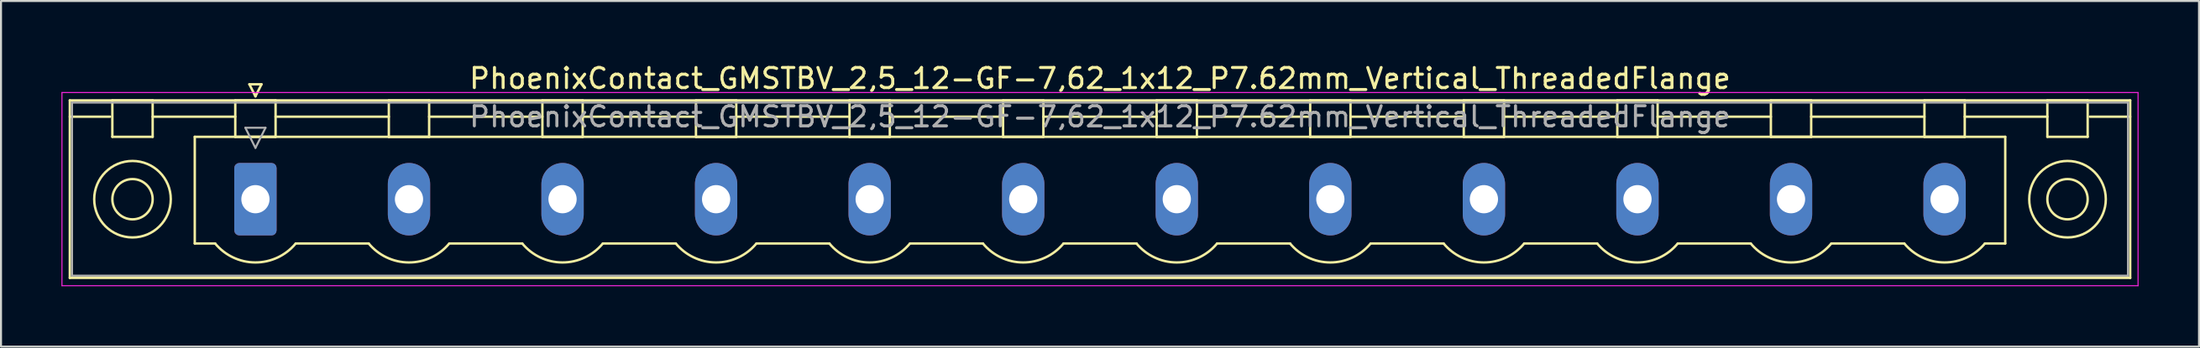
<source format=kicad_pcb>
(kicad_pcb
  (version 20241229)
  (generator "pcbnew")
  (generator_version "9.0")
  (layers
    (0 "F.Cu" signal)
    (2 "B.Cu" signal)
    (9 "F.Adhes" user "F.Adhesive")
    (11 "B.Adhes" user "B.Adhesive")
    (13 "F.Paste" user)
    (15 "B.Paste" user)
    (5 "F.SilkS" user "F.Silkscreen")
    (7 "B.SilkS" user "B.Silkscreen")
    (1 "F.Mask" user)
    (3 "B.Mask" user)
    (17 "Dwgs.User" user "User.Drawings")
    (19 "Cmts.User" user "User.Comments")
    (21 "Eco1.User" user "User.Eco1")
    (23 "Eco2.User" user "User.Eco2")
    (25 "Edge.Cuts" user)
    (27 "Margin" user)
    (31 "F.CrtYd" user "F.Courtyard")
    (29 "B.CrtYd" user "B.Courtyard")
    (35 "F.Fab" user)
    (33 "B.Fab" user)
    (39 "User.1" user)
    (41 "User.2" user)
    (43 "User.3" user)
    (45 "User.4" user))
  (footprint "PhoenixContact_GMSTBV_2,5_12-GF-7,62_1x12_P7.62mm_Vertical_ThreadedFlange"
    (layer "F.Cu")
    (at 9.625 6.848)
    (property "Reference" "PhoenixContact_GMSTBV_2,5_12-GF-7,62_1x12_P7.62mm_Vertical_ThreadedFlange" (at 41.91 -6 0) (layer "F.SilkS") (effects (font (size 1 1) (thickness 0.15))))
    (attr through_hole)
    (fp_line (start -9.21 -4.91) (end -9.21 3.91) (stroke (width 0.12) (type solid)) (layer "F.SilkS"))
    (fp_line (start -9.21 -4.1) (end -7.21 -4.1) (stroke (width 0.12) (type solid)) (layer "F.SilkS"))
    (fp_line (start -9.21 3.91) (end 93.03 3.91) (stroke (width 0.12) (type solid)) (layer "F.SilkS"))
    (fp_line (start -7.1 -4.91) (end -5.1 -4.91) (stroke (width 0.12) (type solid)) (layer "F.SilkS"))
    (fp_line (start -7.1 -3.1) (end -7.1 -4.91) (stroke (width 0.12) (type solid)) (layer "F.SilkS"))
    (fp_line (start -5.1 -4.91) (end -5.1 -3.1) (stroke (width 0.12) (type solid)) (layer "F.SilkS"))
    (fp_line (start -5.1 -4.1) (end -1 -4.1) (stroke (width 0.12) (type solid)) (layer "F.SilkS"))
    (fp_line (start -5.1 -3.1) (end -7.1 -3.1) (stroke (width 0.12) (type solid)) (layer "F.SilkS"))
    (fp_line (start -3.01 -3.1) (end 86.83 -3.1) (stroke (width 0.12) (type solid)) (layer "F.SilkS"))
    (fp_line (start -3.01 2.2) (end -3.01 -3.1) (stroke (width 0.12) (type solid)) (layer "F.SilkS"))
    (fp_line (start -2 2.2) (end -3.01 2.2) (stroke (width 0.12) (type solid)) (layer "F.SilkS"))
    (fp_line (start -1 -4.91) (end 1 -4.91) (stroke (width 0.12) (type solid)) (layer "F.SilkS"))
    (fp_line (start -1 -3.1) (end -1 -4.91) (stroke (width 0.12) (type solid)) (layer "F.SilkS"))
    (fp_line (start -0.3 -5.71) (end 0.3 -5.71) (stroke (width 0.12) (type solid)) (layer "F.SilkS"))
    (fp_line (start 0 -5.11) (end -0.3 -5.71) (stroke (width 0.12) (type solid)) (layer "F.SilkS"))
    (fp_line (start 0.3 -5.71) (end 0 -5.11) (stroke (width 0.12) (type solid)) (layer "F.SilkS"))
    (fp_line (start 1 -4.91) (end 1 -3.1) (stroke (width 0.12) (type solid)) (layer "F.SilkS"))
    (fp_line (start 1 -4.1) (end 6.62 -4.1) (stroke (width 0.12) (type solid)) (layer "F.SilkS"))
    (fp_line (start 1 -3.1) (end -1 -3.1) (stroke (width 0.12) (type solid)) (layer "F.SilkS"))
    (fp_line (start 2 2.2) (end 5.62 2.2) (stroke (width 0.12) (type solid)) (layer "F.SilkS"))
    (fp_line (start 6.62 -4.91) (end 8.62 -4.91) (stroke (width 0.12) (type solid)) (layer "F.SilkS"))
    (fp_line (start 6.62 -3.1) (end 6.62 -4.91) (stroke (width 0.12) (type solid)) (layer "F.SilkS"))
    (fp_line (start 8.62 -4.91) (end 8.62 -3.1) (stroke (width 0.12) (type solid)) (layer "F.SilkS"))
    (fp_line (start 8.62 -4.1) (end 14.24 -4.1) (stroke (width 0.12) (type solid)) (layer "F.SilkS"))
    (fp_line (start 8.62 -3.1) (end 6.62 -3.1) (stroke (width 0.12) (type solid)) (layer "F.SilkS"))
    (fp_line (start 9.62 2.2) (end 13.24 2.2) (stroke (width 0.12) (type solid)) (layer "F.SilkS"))
    (fp_line (start 14.24 -4.91) (end 16.24 -4.91) (stroke (width 0.12) (type solid)) (layer "F.SilkS"))
    (fp_line (start 14.24 -3.1) (end 14.24 -4.91) (stroke (width 0.12) (type solid)) (layer "F.SilkS"))
    (fp_line (start 16.24 -4.91) (end 16.24 -3.1) (stroke (width 0.12) (type solid)) (layer "F.SilkS"))
    (fp_line (start 16.24 -4.1) (end 21.86 -4.1) (stroke (width 0.12) (type solid)) (layer "F.SilkS"))
    (fp_line (start 16.24 -3.1) (end 14.24 -3.1) (stroke (width 0.12) (type solid)) (layer "F.SilkS"))
    (fp_line (start 17.24 2.2) (end 20.86 2.2) (stroke (width 0.12) (type solid)) (layer "F.SilkS"))
    (fp_line (start 21.86 -4.91) (end 23.86 -4.91) (stroke (width 0.12) (type solid)) (layer "F.SilkS"))
    (fp_line (start 21.86 -3.1) (end 21.86 -4.91) (stroke (width 0.12) (type solid)) (layer "F.SilkS"))
    (fp_line (start 23.86 -4.91) (end 23.86 -3.1) (stroke (width 0.12) (type solid)) (layer "F.SilkS"))
    (fp_line (start 23.86 -4.1) (end 29.48 -4.1) (stroke (width 0.12) (type solid)) (layer "F.SilkS"))
    (fp_line (start 23.86 -3.1) (end 21.86 -3.1) (stroke (width 0.12) (type solid)) (layer "F.SilkS"))
    (fp_line (start 24.86 2.2) (end 28.48 2.2) (stroke (width 0.12) (type solid)) (layer "F.SilkS"))
    (fp_line (start 29.48 -4.91) (end 31.48 -4.91) (stroke (width 0.12) (type solid)) (layer "F.SilkS"))
    (fp_line (start 29.48 -3.1) (end 29.48 -4.91) (stroke (width 0.12) (type solid)) (layer "F.SilkS"))
    (fp_line (start 31.48 -4.91) (end 31.48 -3.1) (stroke (width 0.12) (type solid)) (layer "F.SilkS"))
    (fp_line (start 31.48 -4.1) (end 37.1 -4.1) (stroke (width 0.12) (type solid)) (layer "F.SilkS"))
    (fp_line (start 31.48 -3.1) (end 29.48 -3.1) (stroke (width 0.12) (type solid)) (layer "F.SilkS"))
    (fp_line (start 32.48 2.2) (end 36.1 2.2) (stroke (width 0.12) (type solid)) (layer "F.SilkS"))
    (fp_line (start 37.1 -4.91) (end 39.1 -4.91) (stroke (width 0.12) (type solid)) (layer "F.SilkS"))
    (fp_line (start 37.1 -3.1) (end 37.1 -4.91) (stroke (width 0.12) (type solid)) (layer "F.SilkS"))
    (fp_line (start 39.1 -4.91) (end 39.1 -3.1) (stroke (width 0.12) (type solid)) (layer "F.SilkS"))
    (fp_line (start 39.1 -4.1) (end 44.72 -4.1) (stroke (width 0.12) (type solid)) (layer "F.SilkS"))
    (fp_line (start 39.1 -3.1) (end 37.1 -3.1) (stroke (width 0.12) (type solid)) (layer "F.SilkS"))
    (fp_line (start 40.1 2.2) (end 43.72 2.2) (stroke (width 0.12) (type solid)) (layer "F.SilkS"))
    (fp_line (start 44.72 -4.91) (end 46.72 -4.91) (stroke (width 0.12) (type solid)) (layer "F.SilkS"))
    (fp_line (start 44.72 -3.1) (end 44.72 -4.91) (stroke (width 0.12) (type solid)) (layer "F.SilkS"))
    (fp_line (start 46.72 -4.91) (end 46.72 -3.1) (stroke (width 0.12) (type solid)) (layer "F.SilkS"))
    (fp_line (start 46.72 -4.1) (end 52.34 -4.1) (stroke (width 0.12) (type solid)) (layer "F.SilkS"))
    (fp_line (start 46.72 -3.1) (end 44.72 -3.1) (stroke (width 0.12) (type solid)) (layer "F.SilkS"))
    (fp_line (start 47.72 2.2) (end 51.34 2.2) (stroke (width 0.12) (type solid)) (layer "F.SilkS"))
    (fp_line (start 52.34 -4.91) (end 54.34 -4.91) (stroke (width 0.12) (type solid)) (layer "F.SilkS"))
    (fp_line (start 52.34 -3.1) (end 52.34 -4.91) (stroke (width 0.12) (type solid)) (layer "F.SilkS"))
    (fp_line (start 54.34 -4.91) (end 54.34 -3.1) (stroke (width 0.12) (type solid)) (layer "F.SilkS"))
    (fp_line (start 54.34 -4.1) (end 59.96 -4.1) (stroke (width 0.12) (type solid)) (layer "F.SilkS"))
    (fp_line (start 54.34 -3.1) (end 52.34 -3.1) (stroke (width 0.12) (type solid)) (layer "F.SilkS"))
    (fp_line (start 55.34 2.2) (end 58.96 2.2) (stroke (width 0.12) (type solid)) (layer "F.SilkS"))
    (fp_line (start 59.96 -4.91) (end 61.96 -4.91) (stroke (width 0.12) (type solid)) (layer "F.SilkS"))
    (fp_line (start 59.96 -3.1) (end 59.96 -4.91) (stroke (width 0.12) (type solid)) (layer "F.SilkS"))
    (fp_line (start 61.96 -4.91) (end 61.96 -3.1) (stroke (width 0.12) (type solid)) (layer "F.SilkS"))
    (fp_line (start 61.96 -4.1) (end 67.58 -4.1) (stroke (width 0.12) (type solid)) (layer "F.SilkS"))
    (fp_line (start 61.96 -3.1) (end 59.96 -3.1) (stroke (width 0.12) (type solid)) (layer "F.SilkS"))
    (fp_line (start 62.96 2.2) (end 66.58 2.2) (stroke (width 0.12) (type solid)) (layer "F.SilkS"))
    (fp_line (start 67.58 -4.91) (end 69.58 -4.91) (stroke (width 0.12) (type solid)) (layer "F.SilkS"))
    (fp_line (start 67.58 -3.1) (end 67.58 -4.91) (stroke (width 0.12) (type solid)) (layer "F.SilkS"))
    (fp_line (start 69.58 -4.91) (end 69.58 -3.1) (stroke (width 0.12) (type solid)) (layer "F.SilkS"))
    (fp_line (start 69.58 -4.1) (end 75.2 -4.1) (stroke (width 0.12) (type solid)) (layer "F.SilkS"))
    (fp_line (start 69.58 -3.1) (end 67.58 -3.1) (stroke (width 0.12) (type solid)) (layer "F.SilkS"))
    (fp_line (start 70.58 2.2) (end 74.2 2.2) (stroke (width 0.12) (type solid)) (layer "F.SilkS"))
    (fp_line (start 75.2 -4.91) (end 77.2 -4.91) (stroke (width 0.12) (type solid)) (layer "F.SilkS"))
    (fp_line (start 75.2 -3.1) (end 75.2 -4.91) (stroke (width 0.12) (type solid)) (layer "F.SilkS"))
    (fp_line (start 77.2 -4.91) (end 77.2 -3.1) (stroke (width 0.12) (type solid)) (layer "F.SilkS"))
    (fp_line (start 77.2 -4.1) (end 82.82 -4.1) (stroke (width 0.12) (type solid)) (layer "F.SilkS"))
    (fp_line (start 77.2 -3.1) (end 75.2 -3.1) (stroke (width 0.12) (type solid)) (layer "F.SilkS"))
    (fp_line (start 78.2 2.2) (end 81.82 2.2) (stroke (width 0.12) (type solid)) (layer "F.SilkS"))
    (fp_line (start 82.82 -4.91) (end 84.82 -4.91) (stroke (width 0.12) (type solid)) (layer "F.SilkS"))
    (fp_line (start 82.82 -3.1) (end 82.82 -4.91) (stroke (width 0.12) (type solid)) (layer "F.SilkS"))
    (fp_line (start 84.82 -4.91) (end 84.82 -3.1) (stroke (width 0.12) (type solid)) (layer "F.SilkS"))
    (fp_line (start 84.82 -4.1) (end 88.92 -4.1) (stroke (width 0.12) (type solid)) (layer "F.SilkS"))
    (fp_line (start 84.82 -3.1) (end 82.82 -3.1) (stroke (width 0.12) (type solid)) (layer "F.SilkS"))
    (fp_line (start 86.83 -3.1) (end 86.83 2.2) (stroke (width 0.12) (type solid)) (layer "F.SilkS"))
    (fp_line (start 86.83 2.2) (end 85.82 2.2) (stroke (width 0.12) (type solid)) (layer "F.SilkS"))
    (fp_line (start 88.92 -4.91) (end 90.92 -4.91) (stroke (width 0.12) (type solid)) (layer "F.SilkS"))
    (fp_line (start 88.92 -3.1) (end 88.92 -4.91) (stroke (width 0.12) (type solid)) (layer "F.SilkS"))
    (fp_line (start 90.92 -4.91) (end 90.92 -3.1) (stroke (width 0.12) (type solid)) (layer "F.SilkS"))
    (fp_line (start 90.92 -3.1) (end 88.92 -3.1) (stroke (width 0.12) (type solid)) (layer "F.SilkS"))
    (fp_line (start 93.03 -4.91) (end -9.21 -4.91) (stroke (width 0.12) (type solid)) (layer "F.SilkS"))
    (fp_line (start 93.03 -4.1) (end 91.03 -4.1) (stroke (width 0.12) (type solid)) (layer "F.SilkS"))
    (fp_line (start 93.03 3.91) (end 93.03 -4.91) (stroke (width 0.12) (type solid)) (layer "F.SilkS"))
    (fp_arc (start 1.986842 2.215821) (mid -0.010289 3.142758) (end -2 2.2) (stroke (width 0.12) (type solid)) (layer "F.SilkS"))
    (fp_arc (start 9.606842 2.215821) (mid 7.609711 3.142758) (end 5.62 2.2) (stroke (width 0.12) (type solid)) (layer "F.SilkS"))
    (fp_arc (start 17.226842 2.215821) (mid 15.229711 3.142758) (end 13.24 2.2) (stroke (width 0.12) (type solid)) (layer "F.SilkS"))
    (fp_arc (start 24.846842 2.215821) (mid 22.849711 3.142758) (end 20.86 2.2) (stroke (width 0.12) (type solid)) (layer "F.SilkS"))
    (fp_arc (start 32.466842 2.215821) (mid 30.469711 3.142758) (end 28.48 2.2) (stroke (width 0.12) (type solid)) (layer "F.SilkS"))
    (fp_arc (start 40.086842 2.215821) (mid 38.089711 3.142758) (end 36.1 2.2) (stroke (width 0.12) (type solid)) (layer "F.SilkS"))
    (fp_arc (start 47.706842 2.215821) (mid 45.709711 3.142758) (end 43.72 2.2) (stroke (width 0.12) (type solid)) (layer "F.SilkS"))
    (fp_arc (start 55.326842 2.215821) (mid 53.329711 3.142758) (end 51.34 2.2) (stroke (width 0.12) (type solid)) (layer "F.SilkS"))
    (fp_arc (start 62.946842 2.215821) (mid 60.949711 3.142758) (end 58.96 2.2) (stroke (width 0.12) (type solid)) (layer "F.SilkS"))
    (fp_arc (start 70.566842 2.215821) (mid 68.569711 3.142758) (end 66.58 2.2) (stroke (width 0.12) (type solid)) (layer "F.SilkS"))
    (fp_arc (start 78.186842 2.215821) (mid 76.189711 3.142758) (end 74.2 2.2) (stroke (width 0.12) (type solid)) (layer "F.SilkS"))
    (fp_arc (start 85.806842 2.215821) (mid 83.809711 3.142758) (end 81.82 2.2) (stroke (width 0.12) (type solid)) (layer "F.SilkS"))
    (fp_circle (center -6.1 0) (end -5.1 0) (stroke (width 0.12) (type solid)) (fill no) (layer "F.SilkS"))
    (fp_circle (center -6.1 0) (end -4.2 0) (stroke (width 0.12) (type solid)) (fill no) (layer "F.SilkS"))
    (fp_circle (center 89.92 0) (end 90.92 0) (stroke (width 0.12) (type solid)) (fill no) (layer "F.SilkS"))
    (fp_circle (center 89.92 0) (end 91.82 0) (stroke (width 0.12) (type solid)) (fill no) (layer "F.SilkS"))
    (fp_line (start -9.6 -5.3) (end -9.6 4.3) (stroke (width 0.05) (type solid)) (layer "F.CrtYd"))
    (fp_line (start -9.6 4.3) (end 93.42 4.3) (stroke (width 0.05) (type solid)) (layer "F.CrtYd"))
    (fp_line (start 93.42 -5.3) (end -9.6 -5.3) (stroke (width 0.05) (type solid)) (layer "F.CrtYd"))
    (fp_line (start 93.42 4.3) (end 93.42 -5.3) (stroke (width 0.05) (type solid)) (layer "F.CrtYd"))
    (fp_line (start -9.1 -4.8) (end -9.1 3.8) (stroke (width 0.1) (type solid)) (layer "F.Fab"))
    (fp_line (start -9.1 3.8) (end 92.92 3.8) (stroke (width 0.1) (type solid)) (layer "F.Fab"))
    (fp_line (start -0.5 -3.55) (end 0.5 -3.55) (stroke (width 0.1) (type solid)) (layer "F.Fab"))
    (fp_line (start 0 -2.55) (end -0.5 -3.55) (stroke (width 0.1) (type solid)) (layer "F.Fab"))
    (fp_line (start 0.5 -3.55) (end 0 -2.55) (stroke (width 0.1) (type solid)) (layer "F.Fab"))
    (fp_line (start 92.92 -4.8) (end -9.1 -4.8) (stroke (width 0.1) (type solid)) (layer "F.Fab"))
    (fp_line (start 92.92 3.8) (end 92.92 -4.8) (stroke (width 0.1) (type solid)) (layer "F.Fab"))
    (fp_text user "${REFERENCE}" (at 41.91 -4.1 0) (layer "F.Fab") (effects (font (size 1 1) (thickness 0.15))))
    (pad "1" thru_hole roundrect (at 0 0) (size 2.1 3.6) (drill 1.4) (layers "*.Cu" "*.Mask") (roundrect_rratio 0.119))
    (pad "2" thru_hole oval (at 7.62 0) (size 2.1 3.6) (drill 1.4) (layers "*.Cu" "*.Mask"))
    (pad "3" thru_hole oval (at 15.24 0) (size 2.1 3.6) (drill 1.4) (layers "*.Cu" "*.Mask"))
    (pad "4" thru_hole oval (at 22.86 0) (size 2.1 3.6) (drill 1.4) (layers "*.Cu" "*.Mask"))
    (pad "5" thru_hole oval (at 30.48 0) (size 2.1 3.6) (drill 1.4) (layers "*.Cu" "*.Mask"))
    (pad "6" thru_hole oval (at 38.1 0) (size 2.1 3.6) (drill 1.4) (layers "*.Cu" "*.Mask"))
    (pad "7" thru_hole oval (at 45.72 0) (size 2.1 3.6) (drill 1.4) (layers "*.Cu" "*.Mask"))
    (pad "8" thru_hole oval (at 53.34 0) (size 2.1 3.6) (drill 1.4) (layers "*.Cu" "*.Mask"))
    (pad "9" thru_hole oval (at 60.96 0) (size 2.1 3.6) (drill 1.4) (layers "*.Cu" "*.Mask"))
    (pad "10" thru_hole oval (at 68.58 0) (size 2.1 3.6) (drill 1.4) (layers "*.Cu" "*.Mask"))
    (pad "11" thru_hole oval (at 76.2 0) (size 2.1 3.6) (drill 1.4) (layers "*.Cu" "*.Mask"))
    (pad "12" thru_hole oval (at 83.82 0) (size 2.1 3.6) (drill 1.4) (layers "*.Cu" "*.Mask")))
  (gr_rect
    (start -3 -3)
    (end 106.07 14.173)
    (stroke (width 0.1) (type default))
    (fill no)
    (layer "Edge.Cuts")))
</source>
